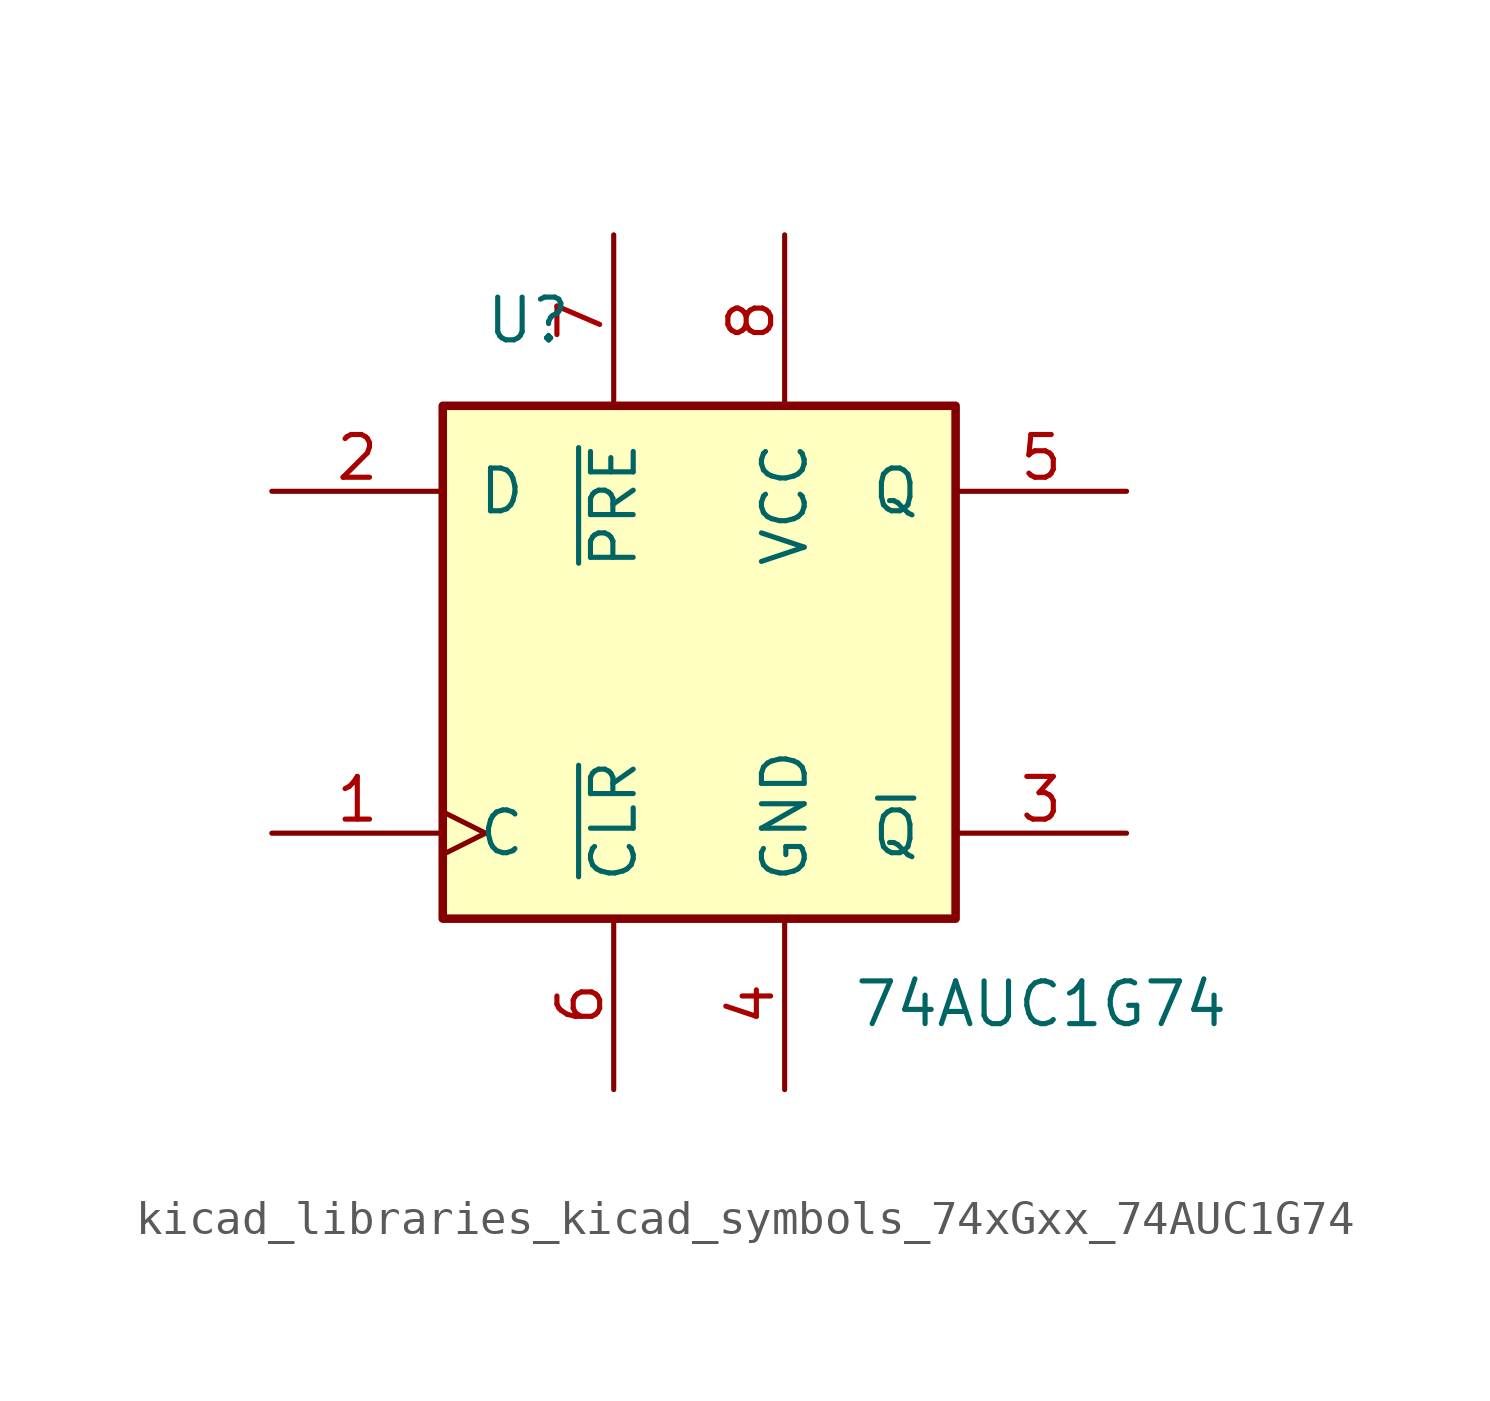
<source format=kicad_sym>
(kicad_symbol_lib
  (version 20220914)
  (generator kicad_symbol_editor)
  (symbol "kicad_libraries_kicad_symbols_74xGxx_74AUC1G74"
    (pin_names
      (offset 1.016))
    (property "Reference" "U"
      (at -5.08 10.16 0)
      (effects (font (size 1.27 1.27))))
    (property "Value" "74AUC1G74"
      (at 10.16 -10.16 0)
      (effects (font (size 1.27 1.27))))
    (symbol "kicad_libraries_kicad_symbols_74xGxx_74AUC1G74_0_1"
      (rectangle (start -7.62 7.62) (end 7.62 -7.62) (stroke (width 0.254) (type default)) (fill (type background))))
    (symbol "kicad_libraries_kicad_symbols_74xGxx_74AUC1G74_1_1"
      (pin input clock (at -12.7 -5.08 0) (length 5.08) (name "C" (effects (font (size 1.27 1.27)))) (number "1" (effects (font (size 1.27 1.27)))))
      (pin input line (at -12.7 5.08 0) (length 5.08) (name "D" (effects (font (size 1.27 1.27)))) (number "2" (effects (font (size 1.27 1.27)))))
      (pin output line (at 12.7 -5.08 180) (length 5.08) (name "~{Q}" (effects (font (size 1.27 1.27)))) (number "3" (effects (font (size 1.27 1.27)))))
      (pin power_in line (at 2.54 -12.7 90) (length 5.08) (name "GND" (effects (font (size 1.27 1.27)))) (number "4" (effects (font (size 1.27 1.27)))))
      (pin output line (at 12.7 5.08 180) (length 5.08) (name "Q" (effects (font (size 1.27 1.27)))) (number "5" (effects (font (size 1.27 1.27)))))
      (pin input line (at -2.54 -12.7 90) (length 5.08) (name "~{CLR}" (effects (font (size 1.27 1.27)))) (number "6" (effects (font (size 1.27 1.27)))))
      (pin input line (at -2.54 12.7 270) (length 5.08) (name "~{PRE}" (effects (font (size 1.27 1.27)))) (number "7" (effects (font (size 1.27 1.27)))))
      (pin power_in line (at 2.54 12.7 270) (length 5.08) (name "VCC" (effects (font (size 1.27 1.27)))) (number "8" (effects (font (size 1.27 1.27))))))))
</source>
